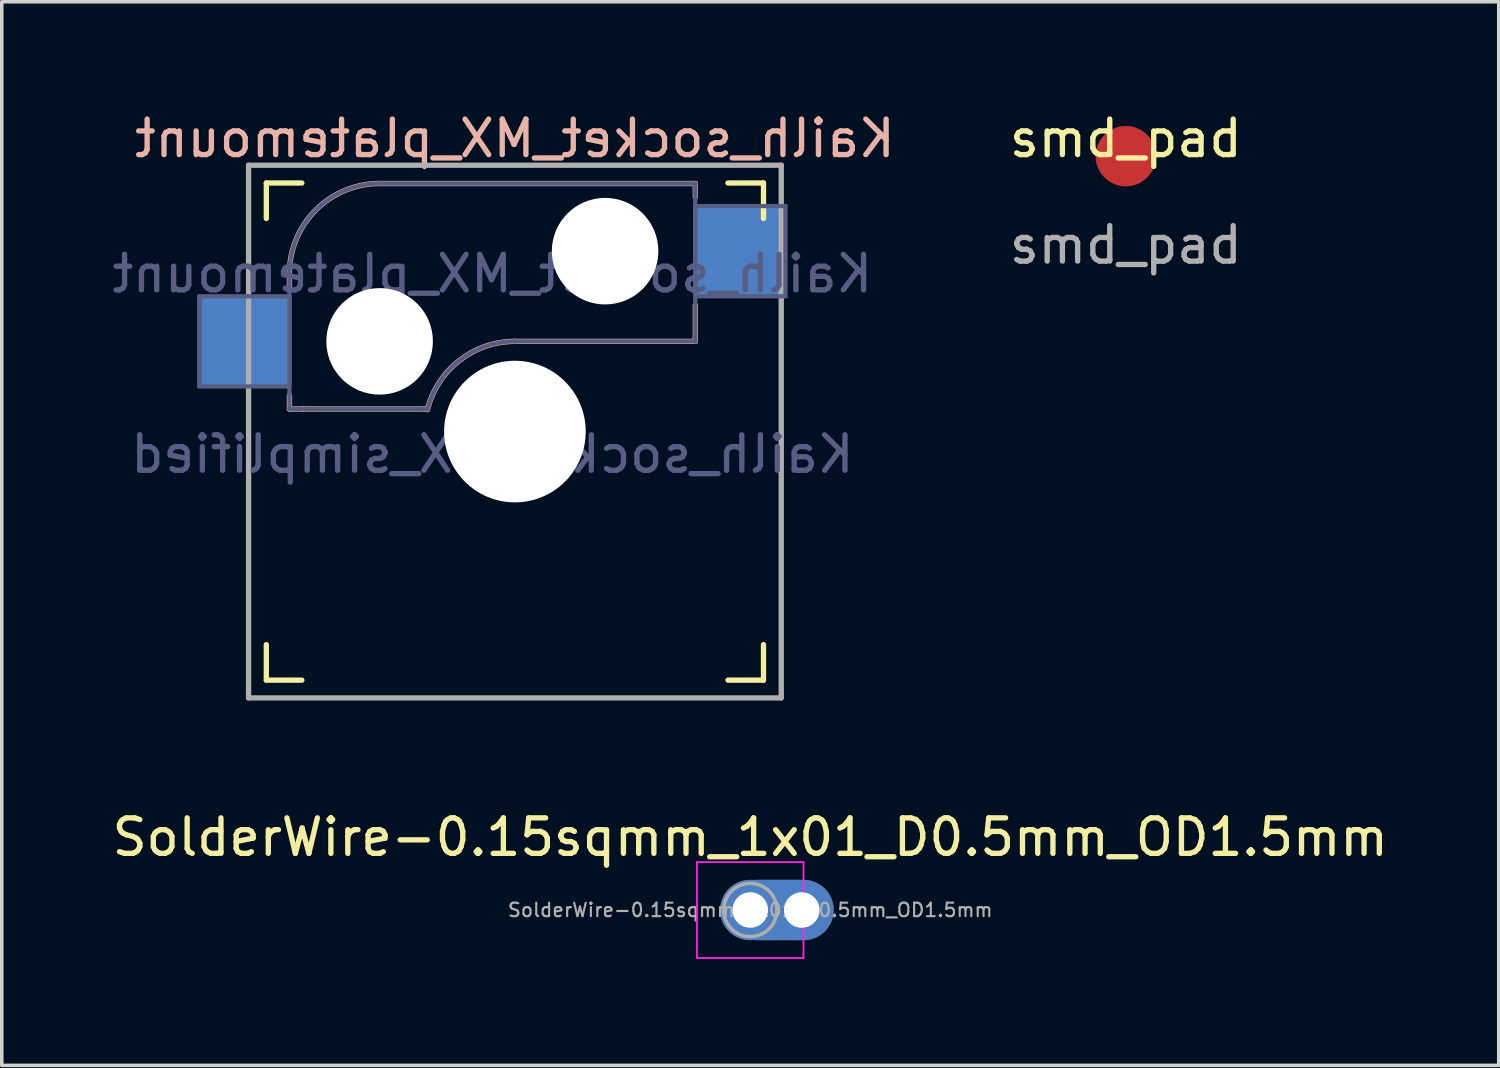
<source format=kicad_pcb>
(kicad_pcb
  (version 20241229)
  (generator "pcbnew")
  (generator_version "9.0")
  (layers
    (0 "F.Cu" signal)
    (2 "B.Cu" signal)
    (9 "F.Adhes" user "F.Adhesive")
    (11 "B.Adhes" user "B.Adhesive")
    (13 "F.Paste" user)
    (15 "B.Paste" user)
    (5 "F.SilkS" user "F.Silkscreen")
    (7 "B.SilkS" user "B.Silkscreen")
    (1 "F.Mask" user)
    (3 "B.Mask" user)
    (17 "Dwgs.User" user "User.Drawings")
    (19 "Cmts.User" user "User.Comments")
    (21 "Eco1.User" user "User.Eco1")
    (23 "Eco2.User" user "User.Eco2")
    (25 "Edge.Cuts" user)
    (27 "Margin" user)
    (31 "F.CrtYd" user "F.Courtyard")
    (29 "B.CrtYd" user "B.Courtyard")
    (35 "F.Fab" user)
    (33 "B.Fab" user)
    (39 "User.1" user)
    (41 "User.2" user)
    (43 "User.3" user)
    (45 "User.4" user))
  (footprint "smd_pad"
    (layer "F.Cu")
    (at 28.653 1.348)
    (property "Reference" "smd_pad" (at 0 -0.5 0) (unlocked yes) (layer "F.SilkS") (effects (font (size 1 1) (thickness 0.15))))
    (attr through_hole)
    (fp_text user "${REFERENCE}" (at 0 2.5 0) (unlocked yes) (layer "F.Fab") (effects (font (size 1 1) (thickness 0.15))))
    (pad "1" smd circle (at 0 0) (size 1.7 1.7) (layers "F.Cu" "F.Mask" "F.Paste")))
  (footprint "Kailh_socket_MX_platemount"
    (layer "F.Cu")
    (at 11.45 9.103)
    (property "Reference" "Kailh_socket_MX_platemount" (at 0 -8.255 0) (layer "B.SilkS") (effects (font (size 1 1) (thickness 0.15)) (justify mirror)))
    (property "Value" "Kailh_socket_MX_simplified" (at 0 8.255 0) (layer "F.Fab") (hide yes) (effects (font (size 1 1) (thickness 0.15))))
    (attr smd)
    (fp_line (start -7 -6) (end -7 -7) (stroke (width 0.15) (type solid)) (layer "F.SilkS"))
    (fp_line (start -7 7) (end -7 6) (stroke (width 0.15) (type solid)) (layer "F.SilkS"))
    (fp_line (start -7 7) (end -6 7) (stroke (width 0.15) (type solid)) (layer "F.SilkS"))
    (fp_line (start -6 -7) (end -7 -7) (stroke (width 0.15) (type solid)) (layer "F.SilkS"))
    (fp_line (start 6 7) (end 7 7) (stroke (width 0.15) (type solid)) (layer "F.SilkS"))
    (fp_line (start 7 -7) (end 6 -7) (stroke (width 0.15) (type solid)) (layer "F.SilkS"))
    (fp_line (start 7 -7) (end 7 -6) (stroke (width 0.15) (type solid)) (layer "F.SilkS"))
    (fp_line (start 7 6) (end 7 7) (stroke (width 0.15) (type solid)) (layer "F.SilkS"))
    (fp_line (start -6.35 -4.445) (end -6.35 -4.064) (stroke (width 0.15) (type solid)) (layer "B.SilkS"))
    (fp_line (start -6.35 -1.016) (end -6.35 -0.635) (stroke (width 0.15) (type solid)) (layer "B.SilkS"))
    (fp_line (start -5.969 -0.635) (end -6.35 -0.635) (stroke (width 0.15) (type solid)) (layer "B.SilkS"))
    (fp_line (start -3.81 -6.985) (end 5.08 -6.985) (stroke (width 0.15) (type solid)) (layer "B.SilkS"))
    (fp_line (start -2.464 -0.635) (end -5.969 -0.635) (stroke (width 0.15) (type solid)) (layer "B.SilkS"))
    (fp_line (start 5.08 -6.985) (end 5.08 -6.604) (stroke (width 0.15) (type solid)) (layer "B.SilkS"))
    (fp_line (start 5.08 -3.556) (end 5.08 -2.54) (stroke (width 0.15) (type solid)) (layer "B.SilkS"))
    (fp_line (start 5.08 -2.54) (end 0 -2.54) (stroke (width 0.15) (type solid)) (layer "B.SilkS"))
    (fp_arc (start -6.35 -4.445) (mid -5.606051 -6.241051) (end -3.81 -6.985) (stroke (width 0.15) (type solid)) (layer "B.SilkS"))
    (fp_arc (start -2.464162 -0.61604) (mid -1.563147 -2.002042) (end 0 -2.54) (stroke (width 0.15) (type solid)) (layer "B.SilkS"))
    (fp_line (start -6.9 6.9) (end -6.9 -6.9) (stroke (width 0.15) (type solid)) (layer "Eco2.User"))
    (fp_line (start -6.9 6.9) (end 6.9 6.9) (stroke (width 0.15) (type solid)) (layer "Eco2.User"))
    (fp_line (start 6.9 -6.9) (end -6.9 -6.9) (stroke (width 0.15) (type solid)) (layer "Eco2.User"))
    (fp_line (start 6.9 -6.9) (end 6.9 6.9) (stroke (width 0.15) (type solid)) (layer "Eco2.User"))
    (fp_line (start -8.89 -3.81) (end -6.35 -3.81) (stroke (width 0.12) (type solid)) (layer "B.Fab"))
    (fp_line (start -8.89 -1.27) (end -8.89 -3.81) (stroke (width 0.12) (type solid)) (layer "B.Fab"))
    (fp_line (start -6.35 -1.27) (end -8.89 -1.27) (stroke (width 0.12) (type solid)) (layer "B.Fab"))
    (fp_line (start -6.35 -0.635) (end -6.35 -4.445) (stroke (width 0.12) (type solid)) (layer "B.Fab"))
    (fp_line (start -6.35 -0.635) (end -2.54 -0.635) (stroke (width 0.12) (type solid)) (layer "B.Fab"))
    (fp_line (start -3.81 -6.985) (end 5.08 -6.985) (stroke (width 0.12) (type solid)) (layer "B.Fab"))
    (fp_line (start 5.08 -6.985) (end 5.08 -2.54) (stroke (width 0.12) (type solid)) (layer "B.Fab"))
    (fp_line (start 5.08 -6.35) (end 7.62 -6.35) (stroke (width 0.12) (type solid)) (layer "B.Fab"))
    (fp_line (start 5.08 -2.54) (end 0 -2.54) (stroke (width 0.12) (type solid)) (layer "B.Fab"))
    (fp_line (start 7.62 -6.35) (end 7.62 -3.81) (stroke (width 0.12) (type solid)) (layer "B.Fab"))
    (fp_line (start 7.62 -3.81) (end 5.08 -3.81) (stroke (width 0.12) (type solid)) (layer "B.Fab"))
    (fp_arc (start -6.35 -4.445) (mid -5.606051 -6.241051) (end -3.81 -6.985) (stroke (width 0.12) (type solid)) (layer "B.Fab"))
    (fp_arc (start -2.464162 -0.61604) (mid -1.563147 -2.002042) (end 0 -2.54) (stroke (width 0.12) (type solid)) (layer "B.Fab"))
    (fp_line (start -7.5 -7.5) (end 7.5 -7.5) (stroke (width 0.15) (type solid)) (layer "F.Fab"))
    (fp_line (start -7.5 7.5) (end -7.5 -7.5) (stroke (width 0.15) (type solid)) (layer "F.Fab"))
    (fp_line (start 7.5 -7.5) (end 7.5 7.5) (stroke (width 0.15) (type solid)) (layer "F.Fab"))
    (fp_line (start 7.5 7.5) (end -7.5 7.5) (stroke (width 0.15) (type solid)) (layer "F.Fab"))
    (fp_text user "${REFERENCE}" (at -0.635 -4.445 0) (layer "B.Fab") (effects (font (size 1 1) (thickness 0.15)) (justify mirror)))
    (fp_text user "${VALUE}" (at -0.635 0.635 0) (layer "B.Fab") (effects (font (size 1 1) (thickness 0.15)) (justify mirror)))
    (pad "" np_thru_hole circle (at -3.81 -2.54) (size 3 3) (drill 3) (layers "*.Cu" "*.Mask"))
    (pad "" np_thru_hole circle (at 0 0) (size 3.988 3.988) (drill 3.988) (layers "*.Cu" "*.Mask"))
    (pad "" np_thru_hole circle (at 2.54 -5.08) (size 3 3) (drill 3) (layers "*.Cu" "*.Mask"))
    (pad "1" smd rect (at -7.56 -2.54) (size 2.55 2.5) (layers "B.Cu" "B.Mask" "B.Paste"))
    (pad "2" smd rect (at 6.29 -5.08) (size 2.55 2.5) (layers "B.Cu" "B.Mask" "B.Paste")))
  (footprint "SolderWire-0.15sqmm_1x01_D0.5mm_OD1.5mm"
    (layer "F.Cu")
    (at 18.077 22.576)
    (property "Reference" "SolderWire-0.15sqmm_1x01_D0.5mm_OD1.5mm" (at 0 -2.05 0) (layer "F.SilkS") (effects (font (size 1 1) (thickness 0.15))))
    (attr exclude_from_pos_files exclude_from_bom)
    (fp_line (start -1.5 -1.35) (end -1.5 1.35) (stroke (width 0.05) (type solid)) (layer "F.CrtYd"))
    (fp_line (start -1.5 1.35) (end 1.5 1.35) (stroke (width 0.05) (type solid)) (layer "F.CrtYd"))
    (fp_line (start 1.5 -1.35) (end -1.5 -1.35) (stroke (width 0.05) (type solid)) (layer "F.CrtYd"))
    (fp_line (start 1.5 1.35) (end 1.5 -1.35) (stroke (width 0.05) (type solid)) (layer "F.CrtYd"))
    (fp_circle (center 0 0) (end 0.75 0) (stroke (width 0.1) (type solid)) (fill no) (layer "F.Fab"))
    (fp_text user "${REFERENCE}" (at 0 0 0) (layer "F.Fab") (effects (font (size 0.38 0.38) (thickness 0.06))))
    (pad "1" thru_hole circle (at 0 0) (size 1.7 1.7) (drill 1) (layers "*.Cu" "*.Mask"))
    (pad "1" thru_hole oval (at 1.45 0) (size 3 1.7) (drill 1 (offset -0.6 0)) (layers "*.Cu" "*.Mask")))
  (gr_rect
    (start -3 -3)
    (end 39.155 26.951)
    (stroke (width 0.1) (type default))
    (fill no)
    (layer "Edge.Cuts")))
</source>
